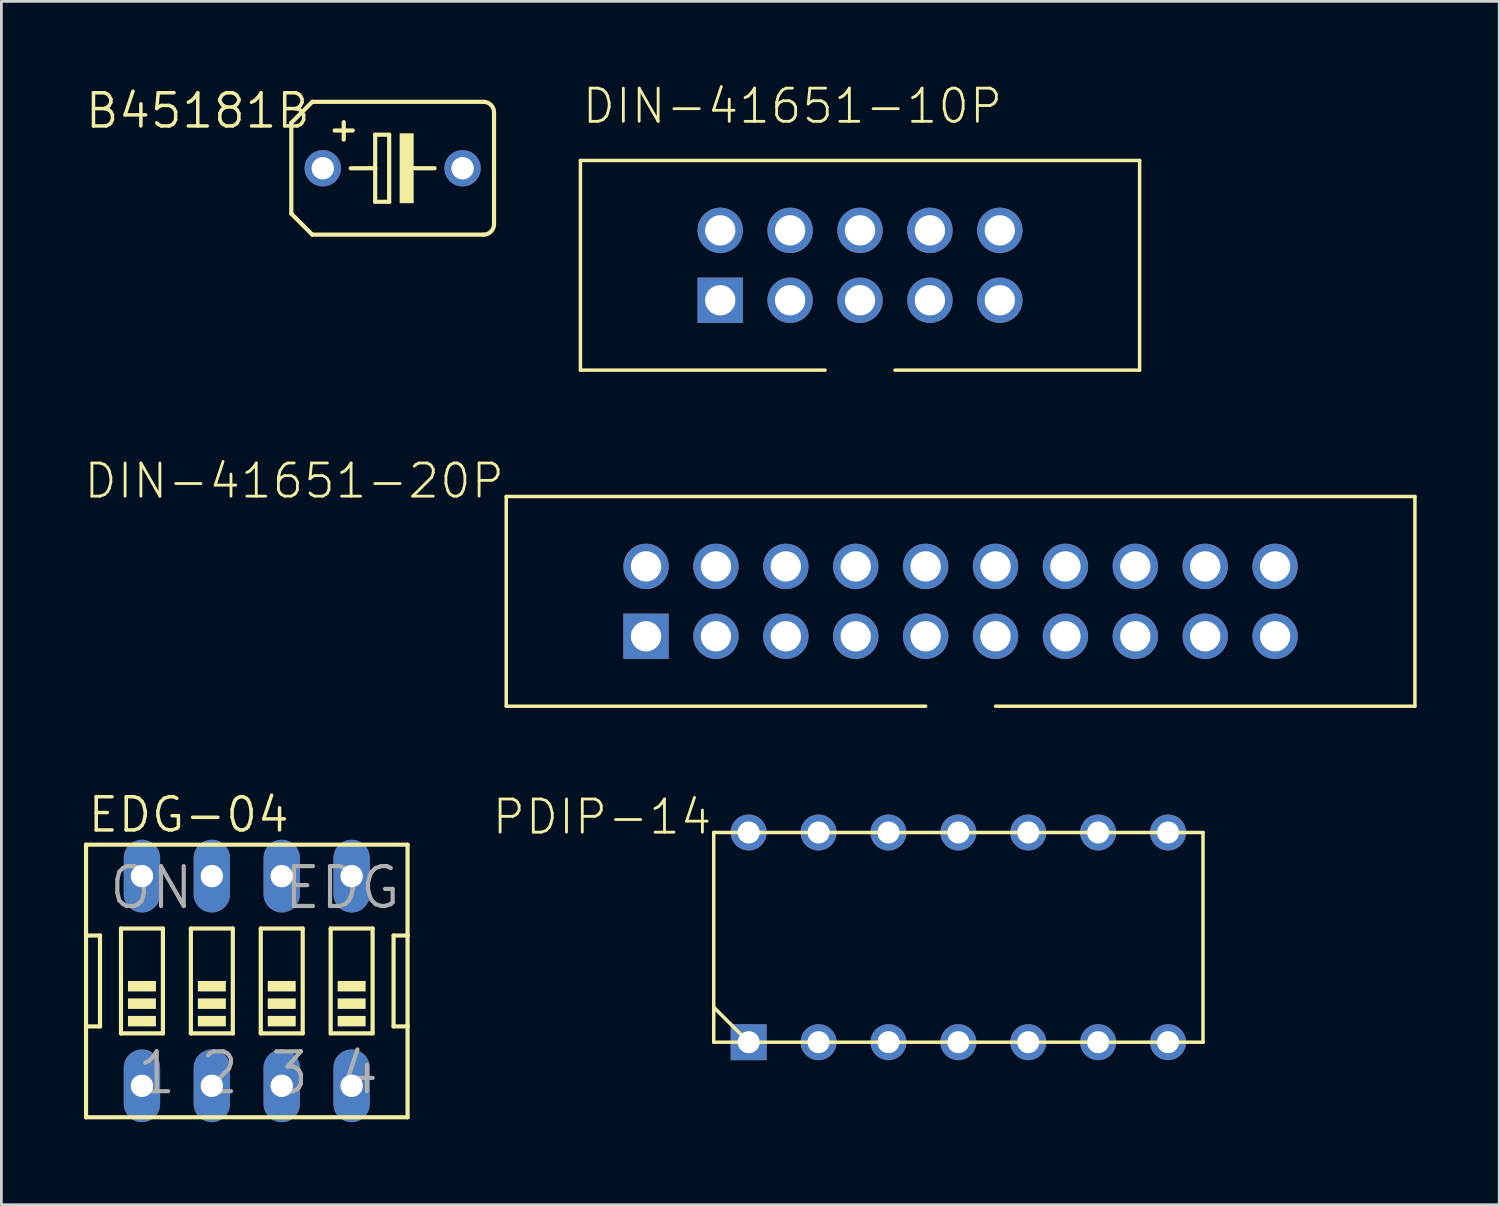
<source format=kicad_pcb>
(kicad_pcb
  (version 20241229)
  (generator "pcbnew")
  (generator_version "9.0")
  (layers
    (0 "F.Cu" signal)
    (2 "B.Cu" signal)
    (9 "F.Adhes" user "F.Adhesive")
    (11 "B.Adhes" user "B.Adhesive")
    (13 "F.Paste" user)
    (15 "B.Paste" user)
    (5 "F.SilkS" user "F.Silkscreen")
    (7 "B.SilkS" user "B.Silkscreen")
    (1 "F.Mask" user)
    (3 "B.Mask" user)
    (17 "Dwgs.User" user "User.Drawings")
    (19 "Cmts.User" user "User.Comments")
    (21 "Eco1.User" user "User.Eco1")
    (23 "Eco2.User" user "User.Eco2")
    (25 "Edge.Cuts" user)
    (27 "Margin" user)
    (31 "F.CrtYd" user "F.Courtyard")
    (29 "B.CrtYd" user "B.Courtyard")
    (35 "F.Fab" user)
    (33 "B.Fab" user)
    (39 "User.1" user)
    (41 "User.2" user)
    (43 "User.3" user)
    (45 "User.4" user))
  (footprint "PDIP-14"
    (layer "F.Cu")
    (at 31.776 31.012)
    (property "Reference" "PDIP-14" (at -8.89 -5.08 0) (layer "F.SilkS") (effects (font (size 1.206 1.206) (thickness 0.102)) (justify right top)))
    (attr through_hole)
    (fp_line (start -8.89 -3.81) (end 8.89 -3.81) (stroke (width 0.127) (type solid)) (layer "F.SilkS"))
    (fp_line (start -8.89 2.54) (end -8.89 -3.81) (stroke (width 0.127) (type solid)) (layer "F.SilkS"))
    (fp_line (start -8.89 2.54) (end -7.62 3.81) (stroke (width 0.127) (type solid)) (layer "F.SilkS"))
    (fp_line (start -8.89 3.81) (end -8.89 2.54) (stroke (width 0.127) (type solid)) (layer "F.SilkS"))
    (fp_line (start -7.62 3.81) (end -8.89 3.81) (stroke (width 0.127) (type solid)) (layer "F.SilkS"))
    (fp_line (start 8.89 -3.81) (end 8.89 3.81) (stroke (width 0.127) (type solid)) (layer "F.SilkS"))
    (fp_line (start 8.89 3.81) (end -7.62 3.81) (stroke (width 0.127) (type solid)) (layer "F.SilkS"))
    (pad "IN1$1" thru_hole rect (at -7.62 3.81) (size 1.308 1.308) (drill 0.8) (layers "*.Cu" "*.Mask"))
    (pad "IN2$3" thru_hole circle (at -2.54 3.81) (size 1.308 1.308) (drill 0.8) (layers "*.Cu" "*.Mask"))
    (pad "IN3$5" thru_hole circle (at 2.54 3.81) (size 1.308 1.308) (drill 0.8) (layers "*.Cu" "*.Mask"))
    (pad "IN4$9" thru_hole circle (at 5.08 -3.81) (size 1.308 1.308) (drill 0.8) (layers "*.Cu" "*.Mask"))
    (pad "IN5$11" thru_hole circle (at 0 -3.81) (size 1.308 1.308) (drill 0.8) (layers "*.Cu" "*.Mask"))
    (pad "IN6$13" thru_hole circle (at -5.08 -3.81) (size 1.308 1.308) (drill 0.8) (layers "*.Cu" "*.Mask"))
    (pad "OUT1$2" thru_hole circle (at -5.08 3.81) (size 1.308 1.308) (drill 0.8) (layers "*.Cu" "*.Mask"))
    (pad "OUT2$4" thru_hole circle (at 0 3.81) (size 1.308 1.308) (drill 0.8) (layers "*.Cu" "*.Mask"))
    (pad "OUT3$6" thru_hole circle (at 5.08 3.81) (size 1.308 1.308) (drill 0.8) (layers "*.Cu" "*.Mask"))
    (pad "OUT4$8" thru_hole circle (at 7.62 -3.81) (size 1.308 1.308) (drill 0.8) (layers "*.Cu" "*.Mask"))
    (pad "OUT5$10" thru_hole circle (at 2.54 -3.81) (size 1.308 1.308) (drill 0.8) (layers "*.Cu" "*.Mask"))
    (pad "OUT6$12" thru_hole circle (at -2.54 -3.81) (size 1.308 1.308) (drill 0.8) (layers "*.Cu" "*.Mask"))
    (pad "VDD$14" thru_hole circle (at -7.62 -3.81) (size 1.308 1.308) (drill 0.8) (layers "*.Cu" "*.Mask"))
    (pad "VSS$7" thru_hole circle (at 7.62 3.81) (size 1.308 1.308) (drill 0.8) (layers "*.Cu" "*.Mask")))
  (footprint "DIN-41651-20P"
    (layer "F.Cu")
    (at 31.856 18.802)
    (property "Reference" "DIN-41651-20P" (at -16.51 -5.08 0) (layer "F.SilkS") (effects (font (size 1.206 1.206) (thickness 0.102)) (justify right top)))
    (attr through_hole)
    (fp_line (start -16.51 -3.81) (end -16.51 3.81) (stroke (width 0.127) (type solid)) (layer "F.SilkS"))
    (fp_line (start -16.51 -3.81) (end 16.51 -3.81) (stroke (width 0.127) (type solid)) (layer "F.SilkS"))
    (fp_line (start -16.51 3.81) (end -1.27 3.81) (stroke (width 0.127) (type solid)) (layer "F.SilkS"))
    (fp_line (start 1.27 3.81) (end 16.51 3.81) (stroke (width 0.127) (type solid)) (layer "F.SilkS"))
    (fp_line (start 16.51 -3.81) (end 16.51 3.81) (stroke (width 0.127) (type solid)) (layer "F.SilkS"))
    (pad "P$1" thru_hole rect (at -11.43 1.27) (size 1.65 1.65) (drill 1.1) (layers "*.Cu" "*.Mask"))
    (pad "P$2" thru_hole circle (at -11.43 -1.27) (size 1.65 1.65) (drill 1.1) (layers "*.Cu" "*.Mask"))
    (pad "P$3" thru_hole circle (at -8.89 1.27) (size 1.65 1.65) (drill 1.1) (layers "*.Cu" "*.Mask"))
    (pad "P$4" thru_hole circle (at -8.89 -1.27) (size 1.65 1.65) (drill 1.1) (layers "*.Cu" "*.Mask"))
    (pad "P$5" thru_hole circle (at -6.35 1.27) (size 1.65 1.65) (drill 1.1) (layers "*.Cu" "*.Mask"))
    (pad "P$6" thru_hole circle (at -6.35 -1.27) (size 1.65 1.65) (drill 1.1) (layers "*.Cu" "*.Mask"))
    (pad "P$7" thru_hole circle (at -3.81 1.27) (size 1.65 1.65) (drill 1.1) (layers "*.Cu" "*.Mask"))
    (pad "P$8" thru_hole circle (at -3.81 -1.27) (size 1.65 1.65) (drill 1.1) (layers "*.Cu" "*.Mask"))
    (pad "P$9" thru_hole circle (at -1.27 1.27) (size 1.65 1.65) (drill 1.1) (layers "*.Cu" "*.Mask"))
    (pad "P$10" thru_hole circle (at -1.27 -1.27) (size 1.65 1.65) (drill 1.1) (layers "*.Cu" "*.Mask"))
    (pad "P$11" thru_hole circle (at 1.27 1.27) (size 1.65 1.65) (drill 1.1) (layers "*.Cu" "*.Mask"))
    (pad "P$12" thru_hole circle (at 1.27 -1.27) (size 1.65 1.65) (drill 1.1) (layers "*.Cu" "*.Mask"))
    (pad "P$13" thru_hole circle (at 3.81 1.27) (size 1.65 1.65) (drill 1.1) (layers "*.Cu" "*.Mask"))
    (pad "P$14" thru_hole circle (at 3.81 -1.27) (size 1.65 1.65) (drill 1.1) (layers "*.Cu" "*.Mask"))
    (pad "P$15" thru_hole circle (at 6.35 1.27) (size 1.65 1.65) (drill 1.1) (layers "*.Cu" "*.Mask"))
    (pad "P$16" thru_hole circle (at 6.35 -1.27) (size 1.65 1.65) (drill 1.1) (layers "*.Cu" "*.Mask"))
    (pad "P$17" thru_hole circle (at 8.89 1.27) (size 1.65 1.65) (drill 1.1) (layers "*.Cu" "*.Mask"))
    (pad "P$18" thru_hole circle (at 8.89 -1.27) (size 1.65 1.65) (drill 1.1) (layers "*.Cu" "*.Mask"))
    (pad "P$19" thru_hole circle (at 11.43 1.27) (size 1.65 1.65) (drill 1.1) (layers "*.Cu" "*.Mask"))
    (pad "P$20" thru_hole circle (at 11.43 -1.27) (size 1.65 1.65) (drill 1.1) (layers "*.Cu" "*.Mask")))
  (footprint "DIN-41651-10P"
    (layer "F.Cu")
    (at 28.202 6.591)
    (property "Reference" "DIN-41651-10P" (at -10.16 -5.08 0) (layer "F.SilkS") (effects (font (size 1.206 1.206) (thickness 0.102)) (justify left bottom)))
    (attr through_hole)
    (fp_line (start -10.16 -3.81) (end -10.16 3.81) (stroke (width 0.127) (type solid)) (layer "F.SilkS"))
    (fp_line (start -10.16 3.81) (end -1.27 3.81) (stroke (width 0.127) (type solid)) (layer "F.SilkS"))
    (fp_line (start 1.27 3.81) (end 10.16 3.81) (stroke (width 0.127) (type solid)) (layer "F.SilkS"))
    (fp_line (start 10.16 -3.81) (end -10.16 -3.81) (stroke (width 0.127) (type solid)) (layer "F.SilkS"))
    (fp_line (start 10.16 3.81) (end 10.16 -3.81) (stroke (width 0.127) (type solid)) (layer "F.SilkS"))
    (pad "P$1" thru_hole rect (at -5.08 1.27) (size 1.65 1.65) (drill 1.1) (layers "*.Cu" "*.Mask"))
    (pad "P$2" thru_hole circle (at -5.08 -1.27) (size 1.65 1.65) (drill 1.1) (layers "*.Cu" "*.Mask"))
    (pad "P$3" thru_hole circle (at -2.54 1.27) (size 1.65 1.65) (drill 1.1) (layers "*.Cu" "*.Mask"))
    (pad "P$4" thru_hole circle (at -2.54 -1.27) (size 1.65 1.65) (drill 1.1) (layers "*.Cu" "*.Mask"))
    (pad "P$5" thru_hole circle (at 0 1.27) (size 1.65 1.65) (drill 1.1) (layers "*.Cu" "*.Mask"))
    (pad "P$6" thru_hole circle (at 0 -1.27) (size 1.65 1.65) (drill 1.1) (layers "*.Cu" "*.Mask"))
    (pad "P$7" thru_hole circle (at 2.54 1.27) (size 1.65 1.65) (drill 1.1) (layers "*.Cu" "*.Mask"))
    (pad "P$8" thru_hole circle (at 2.54 -1.27) (size 1.65 1.65) (drill 1.1) (layers "*.Cu" "*.Mask"))
    (pad "P$9" thru_hole circle (at 5.08 1.27) (size 1.65 1.65) (drill 1.1) (layers "*.Cu" "*.Mask"))
    (pad "P$10" thru_hole circle (at 5.08 -1.27) (size 1.65 1.65) (drill 1.1) (layers "*.Cu" "*.Mask")))
  (footprint "EDG-04"
    (layer "F.Cu")
    (at 5.918 32.597)
    (property "Reference" "EDG-04" (at -5.842 -5.334 0) (layer "F.SilkS") (effects (font (size 1.206 1.206) (thickness 0.127)) (justify left bottom)))
    (attr through_hole)
    (fp_line (start -5.842 -4.953) (end -5.842 -1.651) (stroke (width 0.152) (type solid)) (layer "F.SilkS"))
    (fp_line (start -5.842 -1.651) (end -5.842 1.651) (stroke (width 0.152) (type solid)) (layer "F.SilkS"))
    (fp_line (start -5.842 1.651) (end -5.842 4.953) (stroke (width 0.152) (type solid)) (layer "F.SilkS"))
    (fp_line (start -5.842 1.651) (end -5.334 1.651) (stroke (width 0.152) (type solid)) (layer "F.SilkS"))
    (fp_line (start -5.842 4.953) (end 5.842 4.953) (stroke (width 0.152) (type solid)) (layer "F.SilkS"))
    (fp_line (start -5.334 -1.651) (end -5.842 -1.651) (stroke (width 0.152) (type solid)) (layer "F.SilkS"))
    (fp_line (start -5.334 1.651) (end -5.334 -1.651) (stroke (width 0.152) (type solid)) (layer "F.SilkS"))
    (fp_line (start -4.572 -1.905) (end -4.572 1.905) (stroke (width 0.152) (type solid)) (layer "F.SilkS"))
    (fp_line (start -4.572 -1.905) (end -3.048 -1.905) (stroke (width 0.152) (type solid)) (layer "F.SilkS"))
    (fp_line (start -3.048 1.905) (end -4.572 1.905) (stroke (width 0.152) (type solid)) (layer "F.SilkS"))
    (fp_line (start -3.048 1.905) (end -3.048 -1.905) (stroke (width 0.152) (type solid)) (layer "F.SilkS"))
    (fp_line (start -2.032 -1.905) (end -2.032 1.905) (stroke (width 0.152) (type solid)) (layer "F.SilkS"))
    (fp_line (start -2.032 -1.905) (end -0.508 -1.905) (stroke (width 0.152) (type solid)) (layer "F.SilkS"))
    (fp_line (start -0.508 1.905) (end -2.032 1.905) (stroke (width 0.152) (type solid)) (layer "F.SilkS"))
    (fp_line (start -0.508 1.905) (end -0.508 -1.905) (stroke (width 0.152) (type solid)) (layer "F.SilkS"))
    (fp_line (start 0.508 -1.905) (end 0.508 1.905) (stroke (width 0.152) (type solid)) (layer "F.SilkS"))
    (fp_line (start 0.508 -1.905) (end 2.032 -1.905) (stroke (width 0.152) (type solid)) (layer "F.SilkS"))
    (fp_line (start 2.032 1.905) (end 0.508 1.905) (stroke (width 0.152) (type solid)) (layer "F.SilkS"))
    (fp_line (start 2.032 1.905) (end 2.032 -1.905) (stroke (width 0.152) (type solid)) (layer "F.SilkS"))
    (fp_line (start 3.048 -1.905) (end 3.048 1.905) (stroke (width 0.152) (type solid)) (layer "F.SilkS"))
    (fp_line (start 3.048 -1.905) (end 4.572 -1.905) (stroke (width 0.152) (type solid)) (layer "F.SilkS"))
    (fp_line (start 4.572 1.905) (end 3.048 1.905) (stroke (width 0.152) (type solid)) (layer "F.SilkS"))
    (fp_line (start 4.572 1.905) (end 4.572 -1.905) (stroke (width 0.152) (type solid)) (layer "F.SilkS"))
    (fp_line (start 5.334 -1.651) (end 5.334 1.651) (stroke (width 0.152) (type solid)) (layer "F.SilkS"))
    (fp_line (start 5.334 1.651) (end 5.842 1.651) (stroke (width 0.152) (type solid)) (layer "F.SilkS"))
    (fp_line (start 5.842 -4.953) (end -5.842 -4.953) (stroke (width 0.152) (type solid)) (layer "F.SilkS"))
    (fp_line (start 5.842 -1.651) (end 5.334 -1.651) (stroke (width 0.152) (type solid)) (layer "F.SilkS"))
    (fp_line (start 5.842 -1.651) (end 5.842 -4.953) (stroke (width 0.152) (type solid)) (layer "F.SilkS"))
    (fp_line (start 5.842 1.651) (end 5.842 -1.651) (stroke (width 0.152) (type solid)) (layer "F.SilkS"))
    (fp_line (start 5.842 4.953) (end 5.842 1.651) (stroke (width 0.152) (type solid)) (layer "F.SilkS"))
    (fp_poly (pts (xy -4.318 0.381) (xy -3.302 0.381) (xy -3.302 0) (xy -4.318 0)) (stroke (width 0) (type solid)) (fill yes) (layer "F.SilkS"))
    (fp_poly (pts (xy -4.318 1.016) (xy -3.302 1.016) (xy -3.302 0.635) (xy -4.318 0.635)) (stroke (width 0) (type solid)) (fill yes) (layer "F.SilkS"))
    (fp_poly (pts (xy -4.318 1.651) (xy -3.302 1.651) (xy -3.302 1.27) (xy -4.318 1.27)) (stroke (width 0) (type solid)) (fill yes) (layer "F.SilkS"))
    (fp_poly (pts (xy -1.778 0.381) (xy -0.762 0.381) (xy -0.762 0) (xy -1.778 0)) (stroke (width 0) (type solid)) (fill yes) (layer "F.SilkS"))
    (fp_poly (pts (xy -1.778 1.016) (xy -0.762 1.016) (xy -0.762 0.635) (xy -1.778 0.635)) (stroke (width 0) (type solid)) (fill yes) (layer "F.SilkS"))
    (fp_poly (pts (xy -1.778 1.651) (xy -0.762 1.651) (xy -0.762 1.27) (xy -1.778 1.27)) (stroke (width 0) (type solid)) (fill yes) (layer "F.SilkS"))
    (fp_poly (pts (xy 0.762 0.381) (xy 1.778 0.381) (xy 1.778 0) (xy 0.762 0)) (stroke (width 0) (type solid)) (fill yes) (layer "F.SilkS"))
    (fp_poly (pts (xy 0.762 1.016) (xy 1.778 1.016) (xy 1.778 0.635) (xy 0.762 0.635)) (stroke (width 0) (type solid)) (fill yes) (layer "F.SilkS"))
    (fp_poly (pts (xy 0.762 1.651) (xy 1.778 1.651) (xy 1.778 1.27) (xy 0.762 1.27)) (stroke (width 0) (type solid)) (fill yes) (layer "F.SilkS"))
    (fp_poly (pts (xy 3.302 0.381) (xy 4.318 0.381) (xy 4.318 0) (xy 3.302 0)) (stroke (width 0) (type solid)) (fill yes) (layer "F.SilkS"))
    (fp_poly (pts (xy 3.302 1.016) (xy 4.318 1.016) (xy 4.318 0.635) (xy 3.302 0.635)) (stroke (width 0) (type solid)) (fill yes) (layer "F.SilkS"))
    (fp_poly (pts (xy 3.302 1.651) (xy 4.318 1.651) (xy 4.318 1.27) (xy 3.302 1.27)) (stroke (width 0) (type solid)) (fill yes) (layer "F.SilkS"))
    (fp_text user "4" (at 3.302 4.191 0) (layer "F.Fab") (effects (font (size 1.448 1.448) (thickness 0.152)) (justify left bottom)))
    (fp_text user "1" (at -4.064 4.191 0) (layer "F.Fab") (effects (font (size 1.448 1.448) (thickness 0.152)) (justify left bottom)))
    (fp_text user "3" (at 0.762 4.191 0) (layer "F.Fab") (effects (font (size 1.448 1.448) (thickness 0.152)) (justify left bottom)))
    (fp_text user "ON" (at -5.08 -2.54 0) (layer "F.Fab") (effects (font (size 1.448 1.448) (thickness 0.152)) (justify left bottom)))
    (fp_text user "2" (at -1.778 4.191 0) (layer "F.Fab") (effects (font (size 1.448 1.448) (thickness 0.152)) (justify left bottom)))
    (fp_text user "EDG" (at 1.27 -2.54 0) (layer "F.Fab") (effects (font (size 1.448 1.448) (thickness 0.152)) (justify left bottom)))
    (pad "1" thru_hole oval (at -3.81 3.81 90) (size 2.642 1.321) (drill 0.813) (layers "*.Cu" "*.Mask"))
    (pad "2" thru_hole oval (at -1.27 3.81 90) (size 2.642 1.321) (drill 0.813) (layers "*.Cu" "*.Mask"))
    (pad "3" thru_hole oval (at 1.27 3.81 90) (size 2.642 1.321) (drill 0.813) (layers "*.Cu" "*.Mask"))
    (pad "4" thru_hole oval (at 3.81 3.81 90) (size 2.642 1.321) (drill 0.813) (layers "*.Cu" "*.Mask"))
    (pad "5" thru_hole oval (at 3.81 -3.81 90) (size 2.642 1.321) (drill 0.813) (layers "*.Cu" "*.Mask"))
    (pad "6" thru_hole oval (at 1.27 -3.81 90) (size 2.642 1.321) (drill 0.813) (layers "*.Cu" "*.Mask"))
    (pad "7" thru_hole oval (at -1.27 -3.81 90) (size 2.642 1.321) (drill 0.813) (layers "*.Cu" "*.Mask"))
    (pad "8" thru_hole oval (at -3.81 -3.81 90) (size 2.642 1.321) (drill 0.813) (layers "*.Cu" "*.Mask")))
  (footprint "B45181B"
    (layer "F.Cu")
    (at 11.219 3.064)
    (property "Reference" "B45181B" (at -2.921 -2.794 0) (layer "F.SilkS") (effects (font (size 1.206 1.206) (thickness 0.127)) (justify right top)))
    (attr through_hole)
    (fp_line (start -3.683 -1.651) (end -3.683 1.651) (stroke (width 0.152) (type solid)) (layer "F.SilkS"))
    (fp_line (start -3.683 -1.651) (end -2.921 -2.413) (stroke (width 0.152) (type solid)) (layer "F.SilkS"))
    (fp_line (start -2.921 2.413) (end -3.683 1.651) (stroke (width 0.152) (type solid)) (layer "F.SilkS"))
    (fp_line (start -2.921 2.413) (end 3.302 2.413) (stroke (width 0.152) (type solid)) (layer "F.SilkS"))
    (fp_line (start -1.778 -1.676) (end -1.778 -1.041) (stroke (width 0.152) (type solid)) (layer "F.SilkS"))
    (fp_line (start -1.524 0) (end -0.635 0) (stroke (width 0.152) (type solid)) (layer "F.SilkS"))
    (fp_line (start -1.448 -1.372) (end -2.108 -1.372) (stroke (width 0.152) (type solid)) (layer "F.SilkS"))
    (fp_line (start -0.635 -1.219) (end -0.635 0) (stroke (width 0.152) (type solid)) (layer "F.SilkS"))
    (fp_line (start -0.635 0) (end -0.635 1.219) (stroke (width 0.152) (type solid)) (layer "F.SilkS"))
    (fp_line (start -0.635 1.219) (end -0.127 1.219) (stroke (width 0.152) (type solid)) (layer "F.SilkS"))
    (fp_line (start -0.127 -1.219) (end -0.635 -1.219) (stroke (width 0.152) (type solid)) (layer "F.SilkS"))
    (fp_line (start -0.127 1.219) (end -0.127 -1.219) (stroke (width 0.152) (type solid)) (layer "F.SilkS"))
    (fp_line (start 0.635 0) (end 1.524 0) (stroke (width 0.152) (type solid)) (layer "F.SilkS"))
    (fp_line (start 3.302 -2.413) (end -2.921 -2.413) (stroke (width 0.152) (type solid)) (layer "F.SilkS"))
    (fp_line (start 3.683 -2.032) (end 3.683 2.032) (stroke (width 0.152) (type solid)) (layer "F.SilkS"))
    (fp_arc (start 3.302 -2.413) (mid 3.571408 -2.301408) (end 3.683 -2.032) (stroke (width 0.1524) (type solid)) (layer "F.SilkS"))
    (fp_arc (start 3.683 2.032) (mid 3.571408 2.301408) (end 3.302 2.413) (stroke (width 0.1524) (type solid)) (layer "F.SilkS"))
    (fp_poly (pts (xy 0.254 1.27) (xy 0.762 1.27) (xy 0.762 -1.27) (xy 0.254 -1.27)) (stroke (width 0) (type solid)) (fill yes) (layer "F.SilkS"))
    (pad "+" thru_hole circle (at -2.54 0) (size 1.321 1.321) (drill 0.813) (layers "*.Cu" "*.Mask"))
    (pad "-" thru_hole circle (at 2.54 0) (size 1.321 1.321) (drill 0.813) (layers "*.Cu" "*.Mask")))
  (gr_rect
    (start -3 -3)
    (end 51.429 40.728)
    (stroke (width 0.1) (type default))
    (fill no)
    (layer "Edge.Cuts")))
</source>
